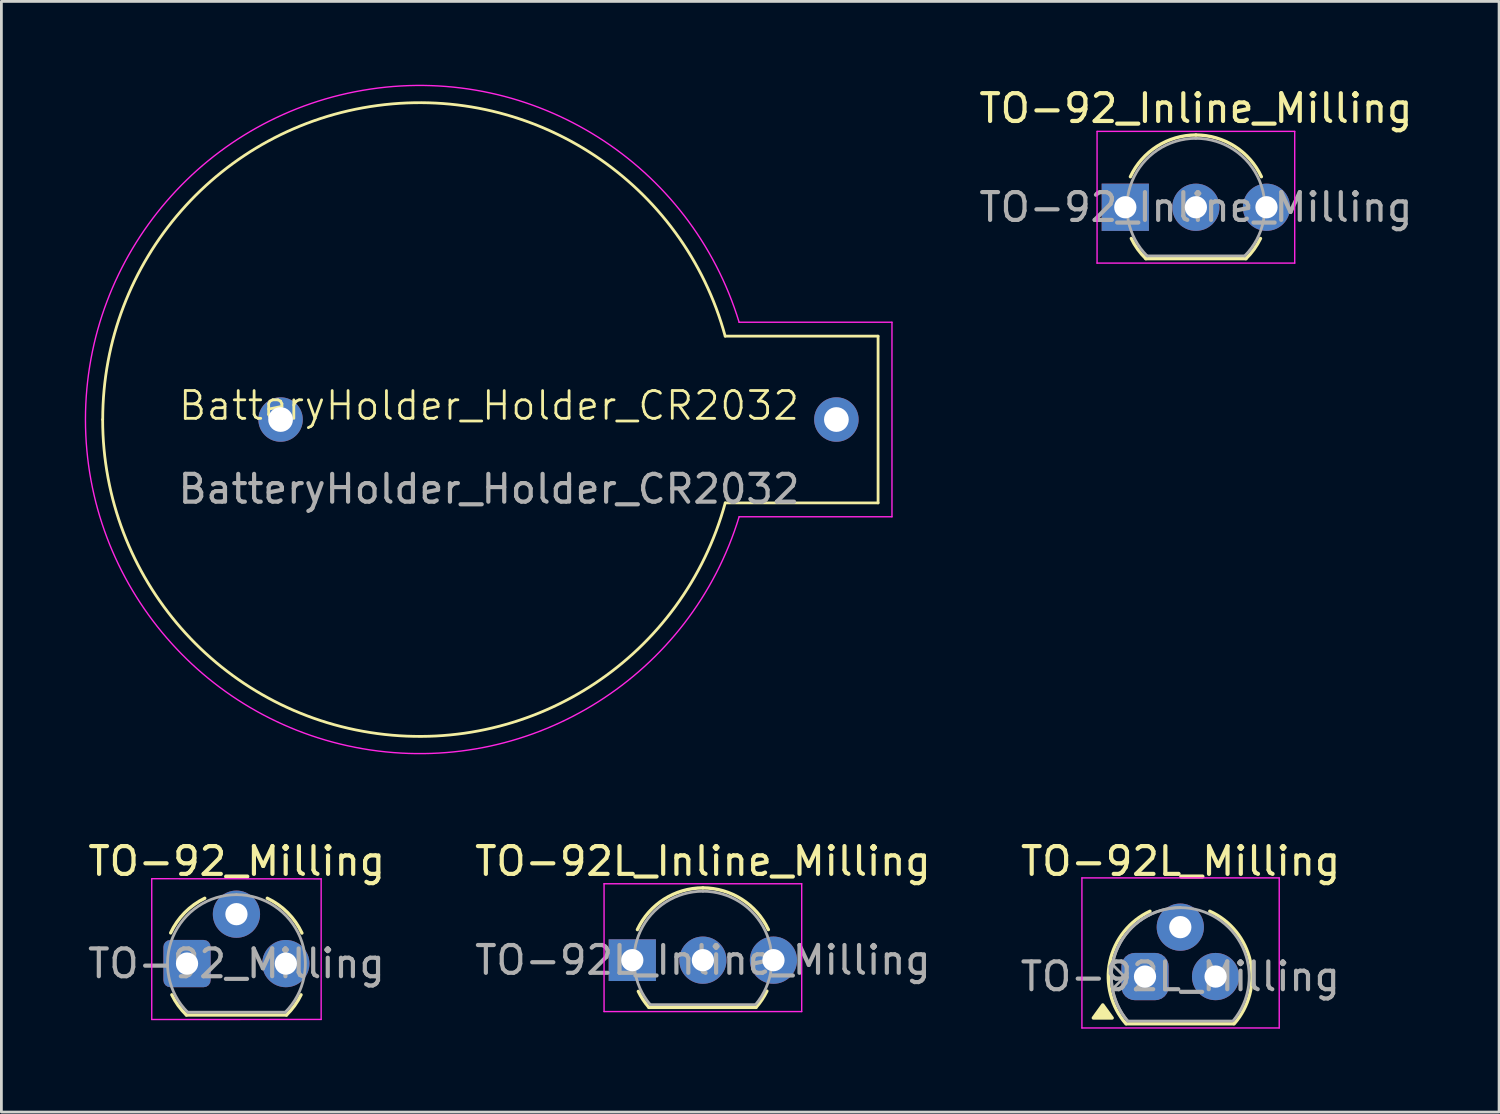
<source format=kicad_pcb>
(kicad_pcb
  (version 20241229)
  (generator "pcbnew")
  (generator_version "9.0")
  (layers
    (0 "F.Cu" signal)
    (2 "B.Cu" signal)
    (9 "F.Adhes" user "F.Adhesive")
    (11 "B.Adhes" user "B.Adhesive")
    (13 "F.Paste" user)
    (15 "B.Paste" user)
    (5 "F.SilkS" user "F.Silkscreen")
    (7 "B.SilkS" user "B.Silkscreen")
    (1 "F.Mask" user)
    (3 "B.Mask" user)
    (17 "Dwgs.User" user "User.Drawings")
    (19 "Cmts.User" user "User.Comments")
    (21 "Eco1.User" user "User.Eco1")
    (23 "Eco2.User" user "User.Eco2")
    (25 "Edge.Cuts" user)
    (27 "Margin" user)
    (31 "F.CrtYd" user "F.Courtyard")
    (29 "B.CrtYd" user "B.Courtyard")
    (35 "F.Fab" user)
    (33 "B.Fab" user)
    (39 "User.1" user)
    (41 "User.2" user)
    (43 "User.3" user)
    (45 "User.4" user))
  (footprint "BatteryHolder_Holder_CR2032"
    (layer "F.Cu")
    (at 14.546 12.046)
    (property "Reference" "BatteryHolder_Holder_CR2032" (at 0 -0.5 0) (unlocked yes) (layer "F.SilkS") (effects (font (size 1 1) (thickness 0.1))))
    (attr through_hole)
    (fp_line (start 14 -3) (end 8.5 -3) (stroke (width 0.1) (type default)) (layer "F.SilkS"))
    (fp_line (start 14 -3) (end 14 3) (stroke (width 0.1) (type default)) (layer "F.SilkS"))
    (fp_line (start 14 3) (end 8.5 3) (stroke (width 0.1) (type default)) (layer "F.SilkS"))
    (fp_arc (start -13.899984 0) (mid -4.013156 -11.299115) (end 8.498292 -2.999534) (stroke (width 0.1) (type default)) (layer "F.SilkS"))
    (fp_arc (start 8.499999 3) (mid -4.013391 11.300868) (end -13.901753 0) (stroke (width 0.1) (type default)) (layer "F.SilkS"))
    (fp_line (start 9 -3.5) (end 14.5 -3.5) (stroke (width 0.05) (type default)) (layer "F.CrtYd"))
    (fp_line (start 14.5 -3.5) (end 14.5 3.5) (stroke (width 0.05) (type default)) (layer "F.CrtYd"))
    (fp_line (start 14.5 3.5) (end 9 3.5) (stroke (width 0.05) (type default)) (layer "F.CrtYd"))
    (fp_arc (start 9 3.5) (mid -14.520815 0) (end 9 -3.5) (stroke (width 0.05) (type default)) (layer "F.CrtYd"))
    (fp_text user "${REFERENCE}" (at 0 2.5 0) (unlocked yes) (layer "F.Fab") (effects (font (size 1 1) (thickness 0.15))))
    (pad "1" thru_hole circle (at 12.5 0 270) (size 1.6 1.6) (drill 0.89) (layers "*.Cu" "*.Mask"))
    (pad "2" thru_hole circle (at -7.5 0 270) (size 1.6 1.6) (drill 0.89) (layers "*.Cu" "*.Mask")))
  (footprint "TO-92_Inline_Milling"
    (layer "F.Cu")
    (at 37.442 4.408)
    (property "Reference" "TO-92_Inline_Milling" (at 2.54 -3.56 0) (layer "F.SilkS") (effects (font (size 1 1) (thickness 0.15))))
    (attr through_hole)
    (fp_line (start 0.74 1.85) (end 4.34 1.85) (stroke (width 0.12) (type solid)) (layer "F.SilkS"))
    (fp_arc (start 0.1836 -1.098807) (mid 1.143021 -2.192817) (end 2.54 -2.6) (stroke (width 0.12) (type solid)) (layer "F.SilkS"))
    (fp_arc (start 0.74 1.85) (mid 0.446097 1.509328) (end 0.215816 1.122795) (stroke (width 0.12) (type solid)) (layer "F.SilkS"))
    (fp_arc (start 2.54 -2.6) (mid 3.936979 -2.192818) (end 4.8964 -1.098807) (stroke (width 0.12) (type solid)) (layer "F.SilkS"))
    (fp_arc (start 4.864184 1.122795) (mid 4.633903 1.509328) (end 4.34 1.85) (stroke (width 0.12) (type solid)) (layer "F.SilkS"))
    (fp_line (start -1.016 -2.73) (end -1.016 2.01) (stroke (width 0.05) (type solid)) (layer "F.CrtYd"))
    (fp_line (start -1.016 -2.73) (end 6.096 -2.73) (stroke (width 0.05) (type solid)) (layer "F.CrtYd"))
    (fp_line (start 6.096 2.01) (end -1.016 2.01) (stroke (width 0.05) (type solid)) (layer "F.CrtYd"))
    (fp_line (start 6.096 2.01) (end 6.096 -2.73) (stroke (width 0.05) (type solid)) (layer "F.CrtYd"))
    (fp_line (start 0.8 1.75) (end 4.3 1.75) (stroke (width 0.1) (type solid)) (layer "F.Fab"))
    (fp_arc (start 0.786375 1.753625) (mid 0.248779 -0.949055) (end 2.54 -2.48) (stroke (width 0.1) (type solid)) (layer "F.Fab"))
    (fp_arc (start 2.54 -2.48) (mid 4.831221 -0.949055) (end 4.293625 1.753625) (stroke (width 0.1) (type solid)) (layer "F.Fab"))
    (fp_text user "${REFERENCE}" (at 2.54 0 0) (layer "F.Fab") (effects (font (size 1 1) (thickness 0.15))))
    (pad "1" thru_hole rect (at 0 0) (size 1.7 1.7) (drill 0.8) (layers "*.Cu" "*.Mask"))
    (pad "2" thru_hole circle (at 2.54 0) (size 1.7 1.7) (drill 0.8) (layers "*.Cu" "*.Mask"))
    (pad "3" thru_hole circle (at 5.08 0) (size 1.7 1.7) (drill 0.8) (layers "*.Cu" "*.Mask")))
  (footprint "TO-92L_Inline_Milling"
    (layer "F.Cu")
    (at 19.702 31.5)
    (property "Reference" "TO-92L_Inline_Milling" (at 2.54 -3.56 0) (layer "F.SilkS") (effects (font (size 1 1) (thickness 0.15))))
    (attr through_hole)
    (fp_line (start 0.6 1.7) (end 4.45 1.7) (stroke (width 0.12) (type solid)) (layer "F.SilkS"))
    (fp_arc (start 0.1836 -1.098807) (mid 1.143021 -2.192817) (end 2.54 -2.6) (stroke (width 0.12) (type solid)) (layer "F.SilkS"))
    (fp_arc (start 0.6 1.7) (mid 0.389183 1.423933) (end 0.217369 1.122045) (stroke (width 0.12) (type solid)) (layer "F.SilkS"))
    (fp_arc (start 2.54 -2.6) (mid 3.936979 -2.192818) (end 4.8964 -1.098807) (stroke (width 0.12) (type solid)) (layer "F.SilkS"))
    (fp_arc (start 4.842383 1.112264) (mid 4.666594 1.419753) (end 4.45 1.7) (stroke (width 0.12) (type solid)) (layer "F.SilkS"))
    (fp_line (start -1.016 -2.75) (end -1.016 1.85) (stroke (width 0.05) (type solid)) (layer "F.CrtYd"))
    (fp_line (start -1.016 -2.75) (end 6.096 -2.75) (stroke (width 0.05) (type solid)) (layer "F.CrtYd"))
    (fp_line (start 6.096 1.85) (end -1.016 1.85) (stroke (width 0.05) (type solid)) (layer "F.CrtYd"))
    (fp_line (start 6.096 1.85) (end 6.096 -2.75) (stroke (width 0.05) (type solid)) (layer "F.CrtYd"))
    (fp_line (start 0.65 1.6) (end 4.4 1.6) (stroke (width 0.1) (type solid)) (layer "F.Fab"))
    (fp_arc (start 0.647182 1.602385) (mid 0.290076 -1.043188) (end 2.54 -2.48) (stroke (width 0.1) (type solid)) (layer "F.Fab"))
    (fp_arc (start 2.54 -2.48) (mid 4.787211 -1.049019) (end 4.441103 1.592547) (stroke (width 0.1) (type solid)) (layer "F.Fab"))
    (fp_text user "${REFERENCE}" (at 2.54 0 0) (layer "F.Fab") (effects (font (size 1 1) (thickness 0.15))))
    (pad "1" thru_hole rect (at 0 0) (size 1.7 1.5) (drill 0.8) (layers "*.Cu" "*.Mask"))
    (pad "2" thru_hole circle (at 2.54 0) (size 1.7 1.7) (drill 0.8) (layers "*.Cu" "*.Mask"))
    (pad "3" thru_hole circle (at 5.08 0) (size 1.7 1.7) (drill 0.8) (layers "*.Cu" "*.Mask")))
  (footprint "TO-92L_Milling"
    (layer "F.Cu")
    (at 36.881 32.09)
    (property "Reference" "TO-92L_Milling" (at 2.55 -4.15 0) (layer "F.SilkS") (effects (font (size 1 1) (thickness 0.15))))
    (attr through_hole)
    (fp_line (start 0.6 1.7) (end 4.45 1.7) (stroke (width 0.12) (type solid)) (layer "F.SilkS"))
    (fp_arc (start 0.585367 1.7) (mid 0.006609 -0.540854) (end 1.450001 -2.349999) (stroke (width 0.12) (type solid)) (layer "F.SilkS"))
    (fp_arc (start 3.6 -2.349999) (mid 5.059468 -0.546236) (end 4.478065 1.7) (stroke (width 0.12) (type solid)) (layer "F.SilkS"))
    (fp_poly (pts (xy -0.25 1.02) (xy 0.09 1.49) (xy -0.59 1.49)) (stroke (width 0.12) (type solid)) (fill yes) (layer "F.SilkS"))
    (fp_line (start -1 -3.55) (end -1 1.85) (stroke (width 0.05) (type solid)) (layer "F.CrtYd"))
    (fp_line (start -1 1.85) (end 6.1 1.85) (stroke (width 0.05) (type solid)) (layer "F.CrtYd"))
    (fp_line (start 6.1 -3.55) (end -1 -3.55) (stroke (width 0.05) (type solid)) (layer "F.CrtYd"))
    (fp_line (start 6.1 1.85) (end 6.1 -3.55) (stroke (width 0.05) (type solid)) (layer "F.CrtYd"))
    (fp_line (start 0.1 -0.43) (end 0.54 0.01) (stroke (width 0.1) (type default)) (layer "F.Fab"))
    (fp_line (start 0.1 0.45) (end 0.54 0.01) (stroke (width 0.1) (type default)) (layer "F.Fab"))
    (fp_line (start 0.65 1.6) (end 4.4 1.6) (stroke (width 0.1) (type solid)) (layer "F.Fab"))
    (fp_arc (start 0.647182 1.602385) (mid 0.290076 -1.043188) (end 2.54 -2.48) (stroke (width 0.1) (type solid)) (layer "F.Fab"))
    (fp_arc (start 0.647182 1.602385) (mid 0.290076 -1.043188) (end 2.54 -2.48) (stroke (width 0.1) (type solid)) (layer "F.Fab"))
    (fp_arc (start 2.54 -2.48) (mid 4.787211 -1.049019) (end 4.441103 1.592547) (stroke (width 0.1) (type solid)) (layer "F.Fab"))
    (fp_text user "${REFERENCE}" (at 2.54 0 0) (layer "F.Fab") (effects (font (size 1 1) (thickness 0.15))))
    (pad "1" thru_hole roundrect (at 1.27 0) (size 1.7 1.7) (drill 0.8) (layers "*.Cu" "*.Mask") (roundrect_rratio 0.284))
    (pad "2" thru_hole circle (at 2.54 -1.778) (size 1.7 1.7) (drill 0.8) (layers "*.Cu" "*.Mask"))
    (pad "3" thru_hole circle (at 3.81 0) (size 1.7 1.7) (drill 0.8) (layers "*.Cu" "*.Mask")))
  (footprint "TO-92_Milling"
    (layer "F.Cu")
    (at 2.918 31.623)
    (property "Reference" "TO-92_Milling" (at 2.55 -3.683 0) (layer "F.SilkS") (effects (font (size 1 1) (thickness 0.15))))
    (attr through_hole)
    (fp_line (start 0.74 1.85) (end 4.34 1.85) (stroke (width 0.12) (type solid)) (layer "F.SilkS"))
    (fp_arc (start 0.172801 -1.103842) (mid 0.678995 -1.832692) (end 1.4 -2.35) (stroke (width 0.12) (type solid)) (layer "F.SilkS"))
    (fp_arc (start 0.74 1.85) (mid 0.446097 1.509328) (end 0.215816 1.122795) (stroke (width 0.12) (type solid)) (layer "F.SilkS"))
    (fp_arc (start 3.65 -2.35) (mid 4.382279 -1.833196) (end 4.895458 -1.098371) (stroke (width 0.12) (type solid)) (layer "F.SilkS"))
    (fp_arc (start 4.864184 1.122795) (mid 4.633903 1.509328) (end 4.34 1.85) (stroke (width 0.12) (type solid)) (layer "F.SilkS"))
    (fp_line (start -0.508 -3.054) (end 5.588 -3.048) (stroke (width 0.05) (type solid)) (layer "F.CrtYd"))
    (fp_line (start -0.508 -3.048) (end -0.508 2.01) (stroke (width 0.05) (type solid)) (layer "F.CrtYd"))
    (fp_line (start 5.588 2.01) (end -0.508 2.012) (stroke (width 0.05) (type solid)) (layer "F.CrtYd"))
    (fp_line (start 5.588 2.01) (end 5.588 -3.048) (stroke (width 0.05) (type solid)) (layer "F.CrtYd"))
    (fp_line (start 0.8 1.75) (end 4.3 1.75) (stroke (width 0.1) (type solid)) (layer "F.Fab"))
    (fp_arc (start 0.786375 1.753625) (mid 0.248779 -0.949055) (end 2.54 -2.48) (stroke (width 0.1) (type solid)) (layer "F.Fab"))
    (fp_arc (start 2.54 -2.48) (mid 4.831221 -0.949055) (end 4.293625 1.753625) (stroke (width 0.1) (type solid)) (layer "F.Fab"))
    (fp_text user "${REFERENCE}" (at 2.54 0 0) (layer "F.Fab") (effects (font (size 1 1) (thickness 0.15))))
    (pad "1" thru_hole roundrect (at 0.762 0) (size 1.7 1.7) (drill 0.8) (layers "*.Cu" "*.Mask") (roundrect_rratio 0.147))
    (pad "2" thru_hole circle (at 2.54 -1.778) (size 1.7 1.7) (drill 0.8) (layers "*.Cu" "*.Mask"))
    (pad "3" thru_hole circle (at 4.318 0) (size 1.7 1.7) (drill 0.8) (layers "*.Cu" "*.Mask")))
  (gr_rect
    (start -3 -3)
    (end 50.892 36.965)
    (stroke (width 0.1) (type default))
    (fill no)
    (layer "Edge.Cuts")))
</source>
